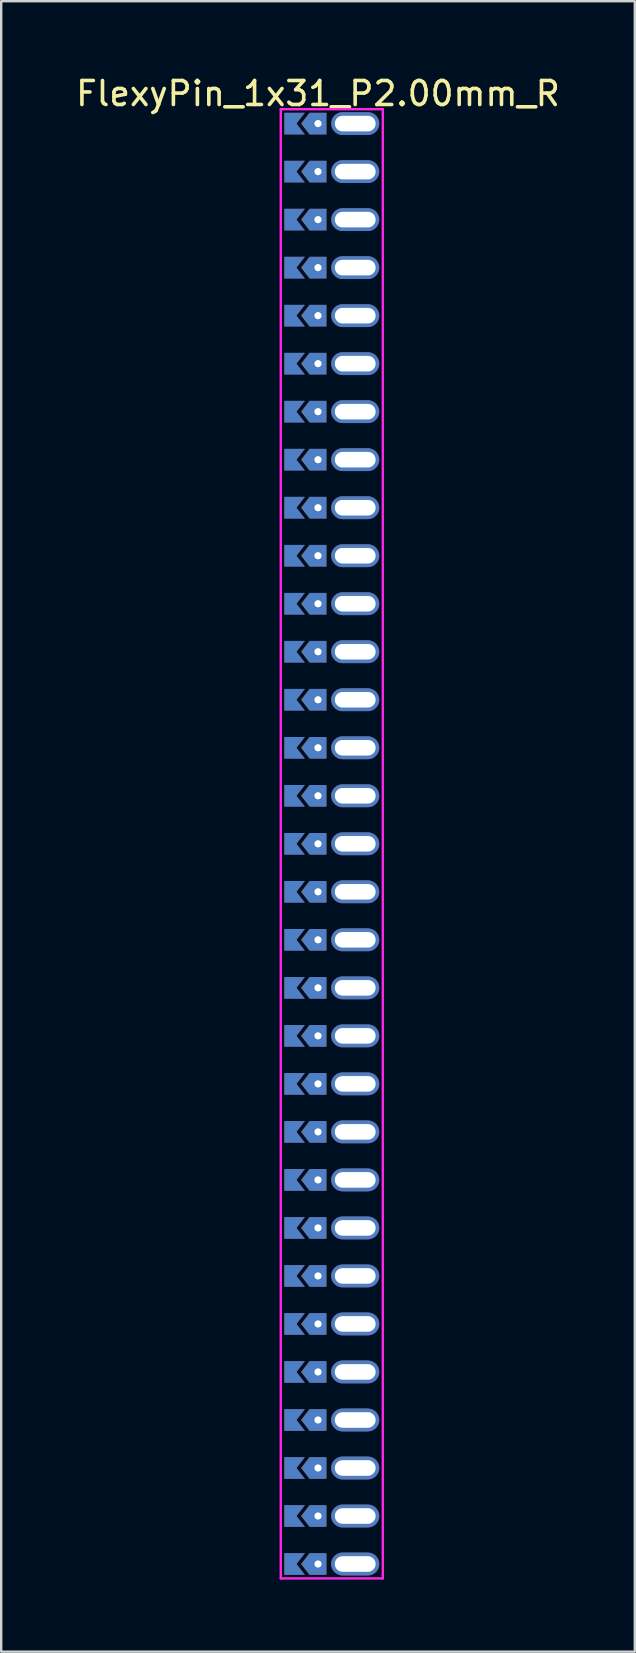
<source format=kicad_pcb>
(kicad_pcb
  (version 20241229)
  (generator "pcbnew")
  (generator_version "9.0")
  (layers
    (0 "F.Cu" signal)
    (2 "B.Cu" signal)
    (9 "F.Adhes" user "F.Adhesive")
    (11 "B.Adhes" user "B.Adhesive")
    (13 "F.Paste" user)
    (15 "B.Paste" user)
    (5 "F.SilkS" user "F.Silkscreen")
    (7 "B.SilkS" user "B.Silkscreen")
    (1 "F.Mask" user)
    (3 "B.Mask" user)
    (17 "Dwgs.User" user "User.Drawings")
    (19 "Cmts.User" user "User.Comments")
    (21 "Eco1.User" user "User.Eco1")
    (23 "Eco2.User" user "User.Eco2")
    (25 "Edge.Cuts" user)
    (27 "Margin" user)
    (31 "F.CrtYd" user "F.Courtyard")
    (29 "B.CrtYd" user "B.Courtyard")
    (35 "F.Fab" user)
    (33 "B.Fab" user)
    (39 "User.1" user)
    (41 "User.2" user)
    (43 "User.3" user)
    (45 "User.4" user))
  (footprint "FlexyPin_1x31_P2.00mm_R"
    (layer "F.Cu")
    (at 10.196 2.098)
    (property "Reference" "FlexyPin_1x31_P2.00mm_R" (at 0 -1.25 0) (layer "F.SilkS") (effects (font (size 1 1) (thickness 0.15))))
    (attr through_hole)
    (fp_line (start -1.55 -0.6) (end 2.7 -0.6) (stroke (width 0.1) (type solid)) (layer "F.CrtYd"))
    (fp_line (start -1.55 60.6) (end -1.55 -0.6) (stroke (width 0.1) (type solid)) (layer "F.CrtYd"))
    (fp_line (start 2.7 -0.6) (end 2.7 60.6) (stroke (width 0.1) (type solid)) (layer "F.CrtYd"))
    (fp_line (start 2.7 60.6) (end -1.55 60.6) (stroke (width 0.1) (type solid)) (layer "F.CrtYd"))
    (pad "" thru_hole custom (at 0 0) (size 0.3 0.3) (drill 0.6) (layers "*.Cu" "*.Mask") (options (anchor rect)) (primitives (gr_poly (pts (xy 0.35 0.45) (xy 0.35 -0.45) (xy -0.35 -0.45) (xy -0.7 0) (xy -0.35 0.45)) (width 0) (fill yes))))
    (pad "" thru_hole custom (at 0 2) (size 0.3 0.3) (drill 0.6) (layers "*.Cu" "*.Mask") (options (anchor rect)) (primitives (gr_poly (pts (xy 0.35 0.45) (xy 0.35 -0.45) (xy -0.35 -0.45) (xy -0.7 0) (xy -0.35 0.45)) (width 0) (fill yes))))
    (pad "" thru_hole custom (at 0 4) (size 0.3 0.3) (drill 0.6) (layers "*.Cu" "*.Mask") (options (anchor rect)) (primitives (gr_poly (pts (xy 0.35 0.45) (xy 0.35 -0.45) (xy -0.35 -0.45) (xy -0.7 0) (xy -0.35 0.45)) (width 0) (fill yes))))
    (pad "" thru_hole custom (at 0 6) (size 0.3 0.3) (drill 0.6) (layers "*.Cu" "*.Mask") (options (anchor rect)) (primitives (gr_poly (pts (xy 0.35 0.45) (xy 0.35 -0.45) (xy -0.35 -0.45) (xy -0.7 0) (xy -0.35 0.45)) (width 0) (fill yes))))
    (pad "" thru_hole custom (at 0 8) (size 0.3 0.3) (drill 0.6) (layers "*.Cu" "*.Mask") (options (anchor rect)) (primitives (gr_poly (pts (xy 0.35 0.45) (xy 0.35 -0.45) (xy -0.35 -0.45) (xy -0.7 0) (xy -0.35 0.45)) (width 0) (fill yes))))
    (pad "" thru_hole custom (at 0 10) (size 0.3 0.3) (drill 0.6) (layers "*.Cu" "*.Mask") (options (anchor rect)) (primitives (gr_poly (pts (xy 0.35 0.45) (xy 0.35 -0.45) (xy -0.35 -0.45) (xy -0.7 0) (xy -0.35 0.45)) (width 0) (fill yes))))
    (pad "" thru_hole custom (at 0 12) (size 0.3 0.3) (drill 0.6) (layers "*.Cu" "*.Mask") (options (anchor rect)) (primitives (gr_poly (pts (xy 0.35 0.45) (xy 0.35 -0.45) (xy -0.35 -0.45) (xy -0.7 0) (xy -0.35 0.45)) (width 0) (fill yes))))
    (pad "" thru_hole custom (at 0 14) (size 0.3 0.3) (drill 0.6) (layers "*.Cu" "*.Mask") (options (anchor rect)) (primitives (gr_poly (pts (xy 0.35 0.45) (xy 0.35 -0.45) (xy -0.35 -0.45) (xy -0.7 0) (xy -0.35 0.45)) (width 0) (fill yes))))
    (pad "" thru_hole custom (at 0 16) (size 0.3 0.3) (drill 0.6) (layers "*.Cu" "*.Mask") (options (anchor rect)) (primitives (gr_poly (pts (xy 0.35 0.45) (xy 0.35 -0.45) (xy -0.35 -0.45) (xy -0.7 0) (xy -0.35 0.45)) (width 0) (fill yes))))
    (pad "" thru_hole custom (at 0 18) (size 0.3 0.3) (drill 0.6) (layers "*.Cu" "*.Mask") (options (anchor rect)) (primitives (gr_poly (pts (xy 0.35 0.45) (xy 0.35 -0.45) (xy -0.35 -0.45) (xy -0.7 0) (xy -0.35 0.45)) (width 0) (fill yes))))
    (pad "" thru_hole custom (at 0 20) (size 0.3 0.3) (drill 0.6) (layers "*.Cu" "*.Mask") (options (anchor rect)) (primitives (gr_poly (pts (xy 0.35 0.45) (xy 0.35 -0.45) (xy -0.35 -0.45) (xy -0.7 0) (xy -0.35 0.45)) (width 0) (fill yes))))
    (pad "" thru_hole custom (at 0 22) (size 0.3 0.3) (drill 0.6) (layers "*.Cu" "*.Mask") (options (anchor rect)) (primitives (gr_poly (pts (xy 0.35 0.45) (xy 0.35 -0.45) (xy -0.35 -0.45) (xy -0.7 0) (xy -0.35 0.45)) (width 0) (fill yes))))
    (pad "" thru_hole custom (at 0 24) (size 0.3 0.3) (drill 0.6) (layers "*.Cu" "*.Mask") (options (anchor rect)) (primitives (gr_poly (pts (xy 0.35 0.45) (xy 0.35 -0.45) (xy -0.35 -0.45) (xy -0.7 0) (xy -0.35 0.45)) (width 0) (fill yes))))
    (pad "" thru_hole custom (at 0 26) (size 0.3 0.3) (drill 0.6) (layers "*.Cu" "*.Mask") (options (anchor rect)) (primitives (gr_poly (pts (xy 0.35 0.45) (xy 0.35 -0.45) (xy -0.35 -0.45) (xy -0.7 0) (xy -0.35 0.45)) (width 0) (fill yes))))
    (pad "" thru_hole custom (at 0 28) (size 0.3 0.3) (drill 0.6) (layers "*.Cu" "*.Mask") (options (anchor rect)) (primitives (gr_poly (pts (xy 0.35 0.45) (xy 0.35 -0.45) (xy -0.35 -0.45) (xy -0.7 0) (xy -0.35 0.45)) (width 0) (fill yes))))
    (pad "" thru_hole custom (at 0 30) (size 0.3 0.3) (drill 0.6) (layers "*.Cu" "*.Mask") (options (anchor rect)) (primitives (gr_poly (pts (xy 0.35 0.45) (xy 0.35 -0.45) (xy -0.35 -0.45) (xy -0.7 0) (xy -0.35 0.45)) (width 0) (fill yes))))
    (pad "" thru_hole custom (at 0 32) (size 0.3 0.3) (drill 0.6) (layers "*.Cu" "*.Mask") (options (anchor rect)) (primitives (gr_poly (pts (xy 0.35 0.45) (xy 0.35 -0.45) (xy -0.35 -0.45) (xy -0.7 0) (xy -0.35 0.45)) (width 0) (fill yes))))
    (pad "" thru_hole custom (at 0 34) (size 0.3 0.3) (drill 0.6) (layers "*.Cu" "*.Mask") (options (anchor rect)) (primitives (gr_poly (pts (xy 0.35 0.45) (xy 0.35 -0.45) (xy -0.35 -0.45) (xy -0.7 0) (xy -0.35 0.45)) (width 0) (fill yes))))
    (pad "" thru_hole custom (at 0 36) (size 0.3 0.3) (drill 0.6) (layers "*.Cu" "*.Mask") (options (anchor rect)) (primitives (gr_poly (pts (xy 0.35 0.45) (xy 0.35 -0.45) (xy -0.35 -0.45) (xy -0.7 0) (xy -0.35 0.45)) (width 0) (fill yes))))
    (pad "" thru_hole custom (at 0 38) (size 0.3 0.3) (drill 0.6) (layers "*.Cu" "*.Mask") (options (anchor rect)) (primitives (gr_poly (pts (xy 0.35 0.45) (xy 0.35 -0.45) (xy -0.35 -0.45) (xy -0.7 0) (xy -0.35 0.45)) (width 0) (fill yes))))
    (pad "" thru_hole custom (at 0 40) (size 0.3 0.3) (drill 0.6) (layers "*.Cu" "*.Mask") (options (anchor rect)) (primitives (gr_poly (pts (xy 0.35 0.45) (xy 0.35 -0.45) (xy -0.35 -0.45) (xy -0.7 0) (xy -0.35 0.45)) (width 0) (fill yes))))
    (pad "" thru_hole custom (at 0 42) (size 0.3 0.3) (drill 0.6) (layers "*.Cu" "*.Mask") (options (anchor rect)) (primitives (gr_poly (pts (xy 0.35 0.45) (xy 0.35 -0.45) (xy -0.35 -0.45) (xy -0.7 0) (xy -0.35 0.45)) (width 0) (fill yes))))
    (pad "" thru_hole custom (at 0 44) (size 0.3 0.3) (drill 0.6) (layers "*.Cu" "*.Mask") (options (anchor rect)) (primitives (gr_poly (pts (xy 0.35 0.45) (xy 0.35 -0.45) (xy -0.35 -0.45) (xy -0.7 0) (xy -0.35 0.45)) (width 0) (fill yes))))
    (pad "" thru_hole custom (at 0 46) (size 0.3 0.3) (drill 0.6) (layers "*.Cu" "*.Mask") (options (anchor rect)) (primitives (gr_poly (pts (xy 0.35 0.45) (xy 0.35 -0.45) (xy -0.35 -0.45) (xy -0.7 0) (xy -0.35 0.45)) (width 0) (fill yes))))
    (pad "" thru_hole custom (at 0 48) (size 0.3 0.3) (drill 0.6) (layers "*.Cu" "*.Mask") (options (anchor rect)) (primitives (gr_poly (pts (xy 0.35 0.45) (xy 0.35 -0.45) (xy -0.35 -0.45) (xy -0.7 0) (xy -0.35 0.45)) (width 0) (fill yes))))
    (pad "" thru_hole custom (at 0 50) (size 0.3 0.3) (drill 0.6) (layers "*.Cu" "*.Mask") (options (anchor rect)) (primitives (gr_poly (pts (xy 0.35 0.45) (xy 0.35 -0.45) (xy -0.35 -0.45) (xy -0.7 0) (xy -0.35 0.45)) (width 0) (fill yes))))
    (pad "" thru_hole custom (at 0 52) (size 0.3 0.3) (drill 0.6) (layers "*.Cu" "*.Mask") (options (anchor rect)) (primitives (gr_poly (pts (xy 0.35 0.45) (xy 0.35 -0.45) (xy -0.35 -0.45) (xy -0.7 0) (xy -0.35 0.45)) (width 0) (fill yes))))
    (pad "" thru_hole custom (at 0 54) (size 0.3 0.3) (drill 0.6) (layers "*.Cu" "*.Mask") (options (anchor rect)) (primitives (gr_poly (pts (xy 0.35 0.45) (xy 0.35 -0.45) (xy -0.35 -0.45) (xy -0.7 0) (xy -0.35 0.45)) (width 0) (fill yes))))
    (pad "" thru_hole custom (at 0 56) (size 0.3 0.3) (drill 0.6) (layers "*.Cu" "*.Mask") (options (anchor rect)) (primitives (gr_poly (pts (xy 0.35 0.45) (xy 0.35 -0.45) (xy -0.35 -0.45) (xy -0.7 0) (xy -0.35 0.45)) (width 0) (fill yes))))
    (pad "" thru_hole custom (at 0 58) (size 0.3 0.3) (drill 0.6) (layers "*.Cu" "*.Mask") (options (anchor rect)) (primitives (gr_poly (pts (xy 0.35 0.45) (xy 0.35 -0.45) (xy -0.35 -0.45) (xy -0.7 0) (xy -0.35 0.45)) (width 0) (fill yes))))
    (pad "" thru_hole custom (at 0 60) (size 0.3 0.3) (drill 0.6) (layers "*.Cu" "*.Mask") (options (anchor rect)) (primitives (gr_poly (pts (xy 0.35 0.45) (xy 0.35 -0.45) (xy -0.35 -0.45) (xy -0.7 0) (xy -0.35 0.45)) (width 0) (fill yes))))
    (pad "" thru_hole oval (at 1.55 0) (size 2 0.95) (drill oval 1.7 0.65) (layers "*.Cu" "*.Mask"))
    (pad "" thru_hole oval (at 1.55 2) (size 2 0.95) (drill oval 1.7 0.65) (layers "*.Cu" "*.Mask"))
    (pad "" thru_hole oval (at 1.55 4) (size 2 0.95) (drill oval 1.7 0.65) (layers "*.Cu" "*.Mask"))
    (pad "" thru_hole oval (at 1.55 6) (size 2 0.95) (drill oval 1.7 0.65) (layers "*.Cu" "*.Mask"))
    (pad "" thru_hole oval (at 1.55 8) (size 2 0.95) (drill oval 1.7 0.65) (layers "*.Cu" "*.Mask"))
    (pad "" thru_hole oval (at 1.55 10) (size 2 0.95) (drill oval 1.7 0.65) (layers "*.Cu" "*.Mask"))
    (pad "" thru_hole oval (at 1.55 12) (size 2 0.95) (drill oval 1.7 0.65) (layers "*.Cu" "*.Mask"))
    (pad "" thru_hole oval (at 1.55 14) (size 2 0.95) (drill oval 1.7 0.65) (layers "*.Cu" "*.Mask"))
    (pad "" thru_hole oval (at 1.55 16) (size 2 0.95) (drill oval 1.7 0.65) (layers "*.Cu" "*.Mask"))
    (pad "" thru_hole oval (at 1.55 18) (size 2 0.95) (drill oval 1.7 0.65) (layers "*.Cu" "*.Mask"))
    (pad "" thru_hole oval (at 1.55 20) (size 2 0.95) (drill oval 1.7 0.65) (layers "*.Cu" "*.Mask"))
    (pad "" thru_hole oval (at 1.55 22) (size 2 0.95) (drill oval 1.7 0.65) (layers "*.Cu" "*.Mask"))
    (pad "" thru_hole oval (at 1.55 24) (size 2 0.95) (drill oval 1.7 0.65) (layers "*.Cu" "*.Mask"))
    (pad "" thru_hole oval (at 1.55 26) (size 2 0.95) (drill oval 1.7 0.65) (layers "*.Cu" "*.Mask"))
    (pad "" thru_hole oval (at 1.55 28) (size 2 0.95) (drill oval 1.7 0.65) (layers "*.Cu" "*.Mask"))
    (pad "" thru_hole oval (at 1.55 30) (size 2 0.95) (drill oval 1.7 0.65) (layers "*.Cu" "*.Mask"))
    (pad "" thru_hole oval (at 1.55 32) (size 2 0.95) (drill oval 1.7 0.65) (layers "*.Cu" "*.Mask"))
    (pad "" thru_hole oval (at 1.55 34) (size 2 0.95) (drill oval 1.7 0.65) (layers "*.Cu" "*.Mask"))
    (pad "" thru_hole oval (at 1.55 36) (size 2 0.95) (drill oval 1.7 0.65) (layers "*.Cu" "*.Mask"))
    (pad "" thru_hole oval (at 1.55 38) (size 2 0.95) (drill oval 1.7 0.65) (layers "*.Cu" "*.Mask"))
    (pad "" thru_hole oval (at 1.55 40) (size 2 0.95) (drill oval 1.7 0.65) (layers "*.Cu" "*.Mask"))
    (pad "" thru_hole oval (at 1.55 42) (size 2 0.95) (drill oval 1.7 0.65) (layers "*.Cu" "*.Mask"))
    (pad "" thru_hole oval (at 1.55 44) (size 2 0.95) (drill oval 1.7 0.65) (layers "*.Cu" "*.Mask"))
    (pad "" thru_hole oval (at 1.55 46) (size 2 0.95) (drill oval 1.7 0.65) (layers "*.Cu" "*.Mask"))
    (pad "" thru_hole oval (at 1.55 48) (size 2 0.95) (drill oval 1.7 0.65) (layers "*.Cu" "*.Mask"))
    (pad "" thru_hole oval (at 1.55 50) (size 2 0.95) (drill oval 1.7 0.65) (layers "*.Cu" "*.Mask"))
    (pad "" thru_hole oval (at 1.55 52) (size 2 0.95) (drill oval 1.7 0.65) (layers "*.Cu" "*.Mask"))
    (pad "" thru_hole oval (at 1.55 54) (size 2 0.95) (drill oval 1.7 0.65) (layers "*.Cu" "*.Mask"))
    (pad "" thru_hole oval (at 1.55 56) (size 2 0.95) (drill oval 1.7 0.65) (layers "*.Cu" "*.Mask"))
    (pad "" thru_hole oval (at 1.55 58) (size 2 0.95) (drill oval 1.7 0.65) (layers "*.Cu" "*.Mask"))
    (pad "" thru_hole oval (at 1.55 60) (size 2 0.95) (drill oval 1.7 0.65) (layers "*.Cu" "*.Mask"))
    (pad "1" smd custom (at -0.9 0) (size 0.01 0.01) (layers "F.Cu" "F.Mask") (options (anchor rect)) (primitives (gr_poly (pts (xy 0 0) (xy 0.35 0.45) (xy -0.5 0.45) (xy -0.5 -0.45) (xy 0.35 -0.45)) (width 0) (fill yes))))
    (pad "2" smd custom (at -0.9 2) (size 0.01 0.01) (layers "F.Cu" "F.Mask") (options (anchor rect)) (primitives (gr_poly (pts (xy 0 0) (xy 0.35 0.45) (xy -0.5 0.45) (xy -0.5 -0.45) (xy 0.35 -0.45)) (width 0) (fill yes))))
    (pad "3" smd custom (at -0.9 4) (size 0.01 0.01) (layers "F.Cu" "F.Mask") (options (anchor rect)) (primitives (gr_poly (pts (xy 0 0) (xy 0.35 0.45) (xy -0.5 0.45) (xy -0.5 -0.45) (xy 0.35 -0.45)) (width 0) (fill yes))))
    (pad "4" smd custom (at -0.9 6) (size 0.01 0.01) (layers "F.Cu" "F.Mask") (options (anchor rect)) (primitives (gr_poly (pts (xy 0 0) (xy 0.35 0.45) (xy -0.5 0.45) (xy -0.5 -0.45) (xy 0.35 -0.45)) (width 0) (fill yes))))
    (pad "5" smd custom (at -0.9 8) (size 0.01 0.01) (layers "F.Cu" "F.Mask") (options (anchor rect)) (primitives (gr_poly (pts (xy 0 0) (xy 0.35 0.45) (xy -0.5 0.45) (xy -0.5 -0.45) (xy 0.35 -0.45)) (width 0) (fill yes))))
    (pad "6" smd custom (at -0.9 10) (size 0.01 0.01) (layers "F.Cu" "F.Mask") (options (anchor rect)) (primitives (gr_poly (pts (xy 0 0) (xy 0.35 0.45) (xy -0.5 0.45) (xy -0.5 -0.45) (xy 0.35 -0.45)) (width 0) (fill yes))))
    (pad "7" smd custom (at -0.9 12) (size 0.01 0.01) (layers "F.Cu" "F.Mask") (options (anchor rect)) (primitives (gr_poly (pts (xy 0 0) (xy 0.35 0.45) (xy -0.5 0.45) (xy -0.5 -0.45) (xy 0.35 -0.45)) (width 0) (fill yes))))
    (pad "8" smd custom (at -0.9 14) (size 0.01 0.01) (layers "F.Cu" "F.Mask") (options (anchor rect)) (primitives (gr_poly (pts (xy 0 0) (xy 0.35 0.45) (xy -0.5 0.45) (xy -0.5 -0.45) (xy 0.35 -0.45)) (width 0) (fill yes))))
    (pad "9" smd custom (at -0.9 16) (size 0.01 0.01) (layers "F.Cu" "F.Mask") (options (anchor rect)) (primitives (gr_poly (pts (xy 0 0) (xy 0.35 0.45) (xy -0.5 0.45) (xy -0.5 -0.45) (xy 0.35 -0.45)) (width 0) (fill yes))))
    (pad "10" smd custom (at -0.9 18) (size 0.01 0.01) (layers "F.Cu" "F.Mask") (options (anchor rect)) (primitives (gr_poly (pts (xy 0 0) (xy 0.35 0.45) (xy -0.5 0.45) (xy -0.5 -0.45) (xy 0.35 -0.45)) (width 0) (fill yes))))
    (pad "11" smd custom (at -0.9 20) (size 0.01 0.01) (layers "F.Cu" "F.Mask") (options (anchor rect)) (primitives (gr_poly (pts (xy 0 0) (xy 0.35 0.45) (xy -0.5 0.45) (xy -0.5 -0.45) (xy 0.35 -0.45)) (width 0) (fill yes))))
    (pad "12" smd custom (at -0.9 22) (size 0.01 0.01) (layers "F.Cu" "F.Mask") (options (anchor rect)) (primitives (gr_poly (pts (xy 0 0) (xy 0.35 0.45) (xy -0.5 0.45) (xy -0.5 -0.45) (xy 0.35 -0.45)) (width 0) (fill yes))))
    (pad "13" smd custom (at -0.9 24) (size 0.01 0.01) (layers "F.Cu" "F.Mask") (options (anchor rect)) (primitives (gr_poly (pts (xy 0 0) (xy 0.35 0.45) (xy -0.5 0.45) (xy -0.5 -0.45) (xy 0.35 -0.45)) (width 0) (fill yes))))
    (pad "14" smd custom (at -0.9 26) (size 0.01 0.01) (layers "F.Cu" "F.Mask") (options (anchor rect)) (primitives (gr_poly (pts (xy 0 0) (xy 0.35 0.45) (xy -0.5 0.45) (xy -0.5 -0.45) (xy 0.35 -0.45)) (width 0) (fill yes))))
    (pad "15" smd custom (at -0.9 28) (size 0.01 0.01) (layers "F.Cu" "F.Mask") (options (anchor rect)) (primitives (gr_poly (pts (xy 0 0) (xy 0.35 0.45) (xy -0.5 0.45) (xy -0.5 -0.45) (xy 0.35 -0.45)) (width 0) (fill yes))))
    (pad "16" smd custom (at -0.9 30) (size 0.01 0.01) (layers "F.Cu" "F.Mask") (options (anchor rect)) (primitives (gr_poly (pts (xy 0 0) (xy 0.35 0.45) (xy -0.5 0.45) (xy -0.5 -0.45) (xy 0.35 -0.45)) (width 0) (fill yes))))
    (pad "17" smd custom (at -0.9 32) (size 0.01 0.01) (layers "F.Cu" "F.Mask") (options (anchor rect)) (primitives (gr_poly (pts (xy 0 0) (xy 0.35 0.45) (xy -0.5 0.45) (xy -0.5 -0.45) (xy 0.35 -0.45)) (width 0) (fill yes))))
    (pad "18" smd custom (at -0.9 34) (size 0.01 0.01) (layers "F.Cu" "F.Mask") (options (anchor rect)) (primitives (gr_poly (pts (xy 0 0) (xy 0.35 0.45) (xy -0.5 0.45) (xy -0.5 -0.45) (xy 0.35 -0.45)) (width 0) (fill yes))))
    (pad "19" smd custom (at -0.9 36) (size 0.01 0.01) (layers "F.Cu" "F.Mask") (options (anchor rect)) (primitives (gr_poly (pts (xy 0 0) (xy 0.35 0.45) (xy -0.5 0.45) (xy -0.5 -0.45) (xy 0.35 -0.45)) (width 0) (fill yes))))
    (pad "20" smd custom (at -0.9 38) (size 0.01 0.01) (layers "F.Cu" "F.Mask") (options (anchor rect)) (primitives (gr_poly (pts (xy 0 0) (xy 0.35 0.45) (xy -0.5 0.45) (xy -0.5 -0.45) (xy 0.35 -0.45)) (width 0) (fill yes))))
    (pad "21" smd custom (at -0.9 40) (size 0.01 0.01) (layers "F.Cu" "F.Mask") (options (anchor rect)) (primitives (gr_poly (pts (xy 0 0) (xy 0.35 0.45) (xy -0.5 0.45) (xy -0.5 -0.45) (xy 0.35 -0.45)) (width 0) (fill yes))))
    (pad "22" smd custom (at -0.9 42) (size 0.01 0.01) (layers "F.Cu" "F.Mask") (options (anchor rect)) (primitives (gr_poly (pts (xy 0 0) (xy 0.35 0.45) (xy -0.5 0.45) (xy -0.5 -0.45) (xy 0.35 -0.45)) (width 0) (fill yes))))
    (pad "23" smd custom (at -0.9 44) (size 0.01 0.01) (layers "F.Cu" "F.Mask") (options (anchor rect)) (primitives (gr_poly (pts (xy 0 0) (xy 0.35 0.45) (xy -0.5 0.45) (xy -0.5 -0.45) (xy 0.35 -0.45)) (width 0) (fill yes))))
    (pad "24" smd custom (at -0.9 46) (size 0.01 0.01) (layers "F.Cu" "F.Mask") (options (anchor rect)) (primitives (gr_poly (pts (xy 0 0) (xy 0.35 0.45) (xy -0.5 0.45) (xy -0.5 -0.45) (xy 0.35 -0.45)) (width 0) (fill yes))))
    (pad "25" smd custom (at -0.9 48) (size 0.01 0.01) (layers "F.Cu" "F.Mask") (options (anchor rect)) (primitives (gr_poly (pts (xy 0 0) (xy 0.35 0.45) (xy -0.5 0.45) (xy -0.5 -0.45) (xy 0.35 -0.45)) (width 0) (fill yes))))
    (pad "26" smd custom (at -0.9 50) (size 0.01 0.01) (layers "F.Cu" "F.Mask") (options (anchor rect)) (primitives (gr_poly (pts (xy 0 0) (xy 0.35 0.45) (xy -0.5 0.45) (xy -0.5 -0.45) (xy 0.35 -0.45)) (width 0) (fill yes))))
    (pad "27" smd custom (at -0.9 52) (size 0.01 0.01) (layers "F.Cu" "F.Mask") (options (anchor rect)) (primitives (gr_poly (pts (xy 0 0) (xy 0.35 0.45) (xy -0.5 0.45) (xy -0.5 -0.45) (xy 0.35 -0.45)) (width 0) (fill yes))))
    (pad "28" smd custom (at -0.9 54) (size 0.01 0.01) (layers "F.Cu" "F.Mask") (options (anchor rect)) (primitives (gr_poly (pts (xy 0 0) (xy 0.35 0.45) (xy -0.5 0.45) (xy -0.5 -0.45) (xy 0.35 -0.45)) (width 0) (fill yes))))
    (pad "29" smd custom (at -0.9 56) (size 0.01 0.01) (layers "F.Cu" "F.Mask") (options (anchor rect)) (primitives (gr_poly (pts (xy 0 0) (xy 0.35 0.45) (xy -0.5 0.45) (xy -0.5 -0.45) (xy 0.35 -0.45)) (width 0) (fill yes))))
    (pad "30" smd custom (at -0.9 58) (size 0.01 0.01) (layers "F.Cu" "F.Mask") (options (anchor rect)) (primitives (gr_poly (pts (xy 0 0) (xy 0.35 0.45) (xy -0.5 0.45) (xy -0.5 -0.45) (xy 0.35 -0.45)) (width 0) (fill yes))))
    (pad "31" smd custom (at -0.9 60) (size 0.01 0.01) (layers "F.Cu" "F.Mask") (options (anchor rect)) (primitives (gr_poly (pts (xy 0 0) (xy 0.35 0.45) (xy -0.5 0.45) (xy -0.5 -0.45) (xy 0.35 -0.45)) (width 0) (fill yes))))
    (pad "32" smd custom (at -0.9 0) (size 0.01 0.01) (layers "B.Cu" "B.Mask") (options (anchor rect)) (primitives (gr_poly (pts (xy 0 0) (xy 0.35 0.45) (xy -0.5 0.45) (xy -0.5 -0.45) (xy 0.35 -0.45)) (width 0) (fill yes))))
    (pad "33" smd custom (at -0.9 2) (size 0.01 0.01) (layers "B.Cu" "B.Mask") (options (anchor rect)) (primitives (gr_poly (pts (xy 0 0) (xy 0.35 0.45) (xy -0.5 0.45) (xy -0.5 -0.45) (xy 0.35 -0.45)) (width 0) (fill yes))))
    (pad "34" smd custom (at -0.9 4) (size 0.01 0.01) (layers "B.Cu" "B.Mask") (options (anchor rect)) (primitives (gr_poly (pts (xy 0 0) (xy 0.35 0.45) (xy -0.5 0.45) (xy -0.5 -0.45) (xy 0.35 -0.45)) (width 0) (fill yes))))
    (pad "35" smd custom (at -0.9 6) (size 0.01 0.01) (layers "B.Cu" "B.Mask") (options (anchor rect)) (primitives (gr_poly (pts (xy 0 0) (xy 0.35 0.45) (xy -0.5 0.45) (xy -0.5 -0.45) (xy 0.35 -0.45)) (width 0) (fill yes))))
    (pad "36" smd custom (at -0.9 8) (size 0.01 0.01) (layers "B.Cu" "B.Mask") (options (anchor rect)) (primitives (gr_poly (pts (xy 0 0) (xy 0.35 0.45) (xy -0.5 0.45) (xy -0.5 -0.45) (xy 0.35 -0.45)) (width 0) (fill yes))))
    (pad "37" smd custom (at -0.9 10) (size 0.01 0.01) (layers "B.Cu" "B.Mask") (options (anchor rect)) (primitives (gr_poly (pts (xy 0 0) (xy 0.35 0.45) (xy -0.5 0.45) (xy -0.5 -0.45) (xy 0.35 -0.45)) (width 0) (fill yes))))
    (pad "38" smd custom (at -0.9 12) (size 0.01 0.01) (layers "B.Cu" "B.Mask") (options (anchor rect)) (primitives (gr_poly (pts (xy 0 0) (xy 0.35 0.45) (xy -0.5 0.45) (xy -0.5 -0.45) (xy 0.35 -0.45)) (width 0) (fill yes))))
    (pad "39" smd custom (at -0.9 14) (size 0.01 0.01) (layers "B.Cu" "B.Mask") (options (anchor rect)) (primitives (gr_poly (pts (xy 0 0) (xy 0.35 0.45) (xy -0.5 0.45) (xy -0.5 -0.45) (xy 0.35 -0.45)) (width 0) (fill yes))))
    (pad "40" smd custom (at -0.9 16) (size 0.01 0.01) (layers "B.Cu" "B.Mask") (options (anchor rect)) (primitives (gr_poly (pts (xy 0 0) (xy 0.35 0.45) (xy -0.5 0.45) (xy -0.5 -0.45) (xy 0.35 -0.45)) (width 0) (fill yes))))
    (pad "41" smd custom (at -0.9 18) (size 0.01 0.01) (layers "B.Cu" "B.Mask") (options (anchor rect)) (primitives (gr_poly (pts (xy 0 0) (xy 0.35 0.45) (xy -0.5 0.45) (xy -0.5 -0.45) (xy 0.35 -0.45)) (width 0) (fill yes))))
    (pad "42" smd custom (at -0.9 20) (size 0.01 0.01) (layers "B.Cu" "B.Mask") (options (anchor rect)) (primitives (gr_poly (pts (xy 0 0) (xy 0.35 0.45) (xy -0.5 0.45) (xy -0.5 -0.45) (xy 0.35 -0.45)) (width 0) (fill yes))))
    (pad "43" smd custom (at -0.9 22) (size 0.01 0.01) (layers "B.Cu" "B.Mask") (options (anchor rect)) (primitives (gr_poly (pts (xy 0 0) (xy 0.35 0.45) (xy -0.5 0.45) (xy -0.5 -0.45) (xy 0.35 -0.45)) (width 0) (fill yes))))
    (pad "44" smd custom (at -0.9 24) (size 0.01 0.01) (layers "B.Cu" "B.Mask") (options (anchor rect)) (primitives (gr_poly (pts (xy 0 0) (xy 0.35 0.45) (xy -0.5 0.45) (xy -0.5 -0.45) (xy 0.35 -0.45)) (width 0) (fill yes))))
    (pad "45" smd custom (at -0.9 26) (size 0.01 0.01) (layers "B.Cu" "B.Mask") (options (anchor rect)) (primitives (gr_poly (pts (xy 0 0) (xy 0.35 0.45) (xy -0.5 0.45) (xy -0.5 -0.45) (xy 0.35 -0.45)) (width 0) (fill yes))))
    (pad "46" smd custom (at -0.9 28) (size 0.01 0.01) (layers "B.Cu" "B.Mask") (options (anchor rect)) (primitives (gr_poly (pts (xy 0 0) (xy 0.35 0.45) (xy -0.5 0.45) (xy -0.5 -0.45) (xy 0.35 -0.45)) (width 0) (fill yes))))
    (pad "47" smd custom (at -0.9 30) (size 0.01 0.01) (layers "B.Cu" "B.Mask") (options (anchor rect)) (primitives (gr_poly (pts (xy 0 0) (xy 0.35 0.45) (xy -0.5 0.45) (xy -0.5 -0.45) (xy 0.35 -0.45)) (width 0) (fill yes))))
    (pad "48" smd custom (at -0.9 32) (size 0.01 0.01) (layers "B.Cu" "B.Mask") (options (anchor rect)) (primitives (gr_poly (pts (xy 0 0) (xy 0.35 0.45) (xy -0.5 0.45) (xy -0.5 -0.45) (xy 0.35 -0.45)) (width 0) (fill yes))))
    (pad "49" smd custom (at -0.9 34) (size 0.01 0.01) (layers "B.Cu" "B.Mask") (options (anchor rect)) (primitives (gr_poly (pts (xy 0 0) (xy 0.35 0.45) (xy -0.5 0.45) (xy -0.5 -0.45) (xy 0.35 -0.45)) (width 0) (fill yes))))
    (pad "50" smd custom (at -0.9 36) (size 0.01 0.01) (layers "B.Cu" "B.Mask") (options (anchor rect)) (primitives (gr_poly (pts (xy 0 0) (xy 0.35 0.45) (xy -0.5 0.45) (xy -0.5 -0.45) (xy 0.35 -0.45)) (width 0) (fill yes))))
    (pad "51" smd custom (at -0.9 38) (size 0.01 0.01) (layers "B.Cu" "B.Mask") (options (anchor rect)) (primitives (gr_poly (pts (xy 0 0) (xy 0.35 0.45) (xy -0.5 0.45) (xy -0.5 -0.45) (xy 0.35 -0.45)) (width 0) (fill yes))))
    (pad "52" smd custom (at -0.9 40) (size 0.01 0.01) (layers "B.Cu" "B.Mask") (options (anchor rect)) (primitives (gr_poly (pts (xy 0 0) (xy 0.35 0.45) (xy -0.5 0.45) (xy -0.5 -0.45) (xy 0.35 -0.45)) (width 0) (fill yes))))
    (pad "53" smd custom (at -0.9 42) (size 0.01 0.01) (layers "B.Cu" "B.Mask") (options (anchor rect)) (primitives (gr_poly (pts (xy 0 0) (xy 0.35 0.45) (xy -0.5 0.45) (xy -0.5 -0.45) (xy 0.35 -0.45)) (width 0) (fill yes))))
    (pad "54" smd custom (at -0.9 44) (size 0.01 0.01) (layers "B.Cu" "B.Mask") (options (anchor rect)) (primitives (gr_poly (pts (xy 0 0) (xy 0.35 0.45) (xy -0.5 0.45) (xy -0.5 -0.45) (xy 0.35 -0.45)) (width 0) (fill yes))))
    (pad "55" smd custom (at -0.9 46) (size 0.01 0.01) (layers "B.Cu" "B.Mask") (options (anchor rect)) (primitives (gr_poly (pts (xy 0 0) (xy 0.35 0.45) (xy -0.5 0.45) (xy -0.5 -0.45) (xy 0.35 -0.45)) (width 0) (fill yes))))
    (pad "56" smd custom (at -0.9 48) (size 0.01 0.01) (layers "B.Cu" "B.Mask") (options (anchor rect)) (primitives (gr_poly (pts (xy 0 0) (xy 0.35 0.45) (xy -0.5 0.45) (xy -0.5 -0.45) (xy 0.35 -0.45)) (width 0) (fill yes))))
    (pad "57" smd custom (at -0.9 50) (size 0.01 0.01) (layers "B.Cu" "B.Mask") (options (anchor rect)) (primitives (gr_poly (pts (xy 0 0) (xy 0.35 0.45) (xy -0.5 0.45) (xy -0.5 -0.45) (xy 0.35 -0.45)) (width 0) (fill yes))))
    (pad "58" smd custom (at -0.9 52) (size 0.01 0.01) (layers "B.Cu" "B.Mask") (options (anchor rect)) (primitives (gr_poly (pts (xy 0 0) (xy 0.35 0.45) (xy -0.5 0.45) (xy -0.5 -0.45) (xy 0.35 -0.45)) (width 0) (fill yes))))
    (pad "59" smd custom (at -0.9 54) (size 0.01 0.01) (layers "B.Cu" "B.Mask") (options (anchor rect)) (primitives (gr_poly (pts (xy 0 0) (xy 0.35 0.45) (xy -0.5 0.45) (xy -0.5 -0.45) (xy 0.35 -0.45)) (width 0) (fill yes))))
    (pad "60" smd custom (at -0.9 56) (size 0.01 0.01) (layers "B.Cu" "B.Mask") (options (anchor rect)) (primitives (gr_poly (pts (xy 0 0) (xy 0.35 0.45) (xy -0.5 0.45) (xy -0.5 -0.45) (xy 0.35 -0.45)) (width 0) (fill yes))))
    (pad "61" smd custom (at -0.9 58) (size 0.01 0.01) (layers "B.Cu" "B.Mask") (options (anchor rect)) (primitives (gr_poly (pts (xy 0 0) (xy 0.35 0.45) (xy -0.5 0.45) (xy -0.5 -0.45) (xy 0.35 -0.45)) (width 0) (fill yes))))
    (pad "62" smd custom (at -0.9 60) (size 0.01 0.01) (layers "B.Cu" "B.Mask") (options (anchor rect)) (primitives (gr_poly (pts (xy 0 0) (xy 0.35 0.45) (xy -0.5 0.45) (xy -0.5 -0.45) (xy 0.35 -0.45)) (width 0) (fill yes)))))
  (gr_rect
    (start -3 -3)
    (end 23.393 65.748)
    (stroke (width 0.1) (type default))
    (fill no)
    (layer "Edge.Cuts")))
</source>
